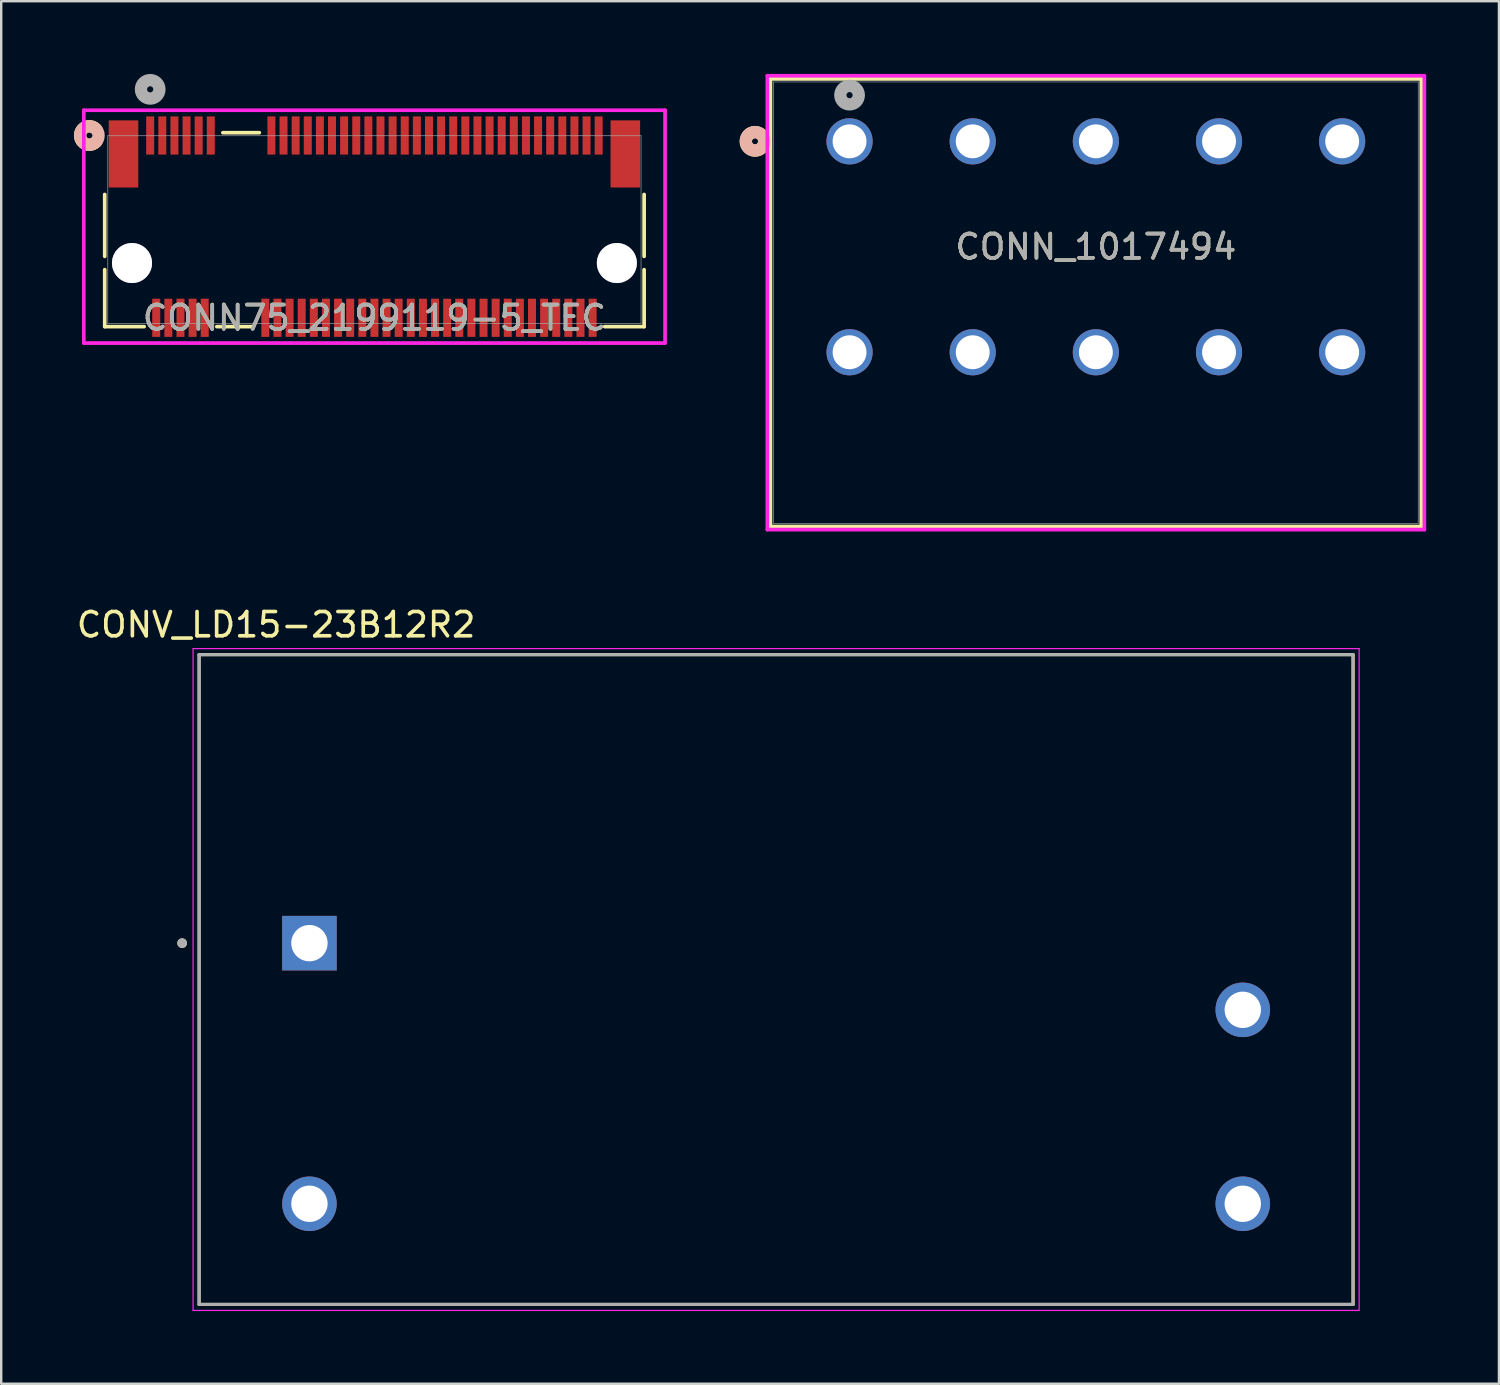
<source format=kicad_pcb>
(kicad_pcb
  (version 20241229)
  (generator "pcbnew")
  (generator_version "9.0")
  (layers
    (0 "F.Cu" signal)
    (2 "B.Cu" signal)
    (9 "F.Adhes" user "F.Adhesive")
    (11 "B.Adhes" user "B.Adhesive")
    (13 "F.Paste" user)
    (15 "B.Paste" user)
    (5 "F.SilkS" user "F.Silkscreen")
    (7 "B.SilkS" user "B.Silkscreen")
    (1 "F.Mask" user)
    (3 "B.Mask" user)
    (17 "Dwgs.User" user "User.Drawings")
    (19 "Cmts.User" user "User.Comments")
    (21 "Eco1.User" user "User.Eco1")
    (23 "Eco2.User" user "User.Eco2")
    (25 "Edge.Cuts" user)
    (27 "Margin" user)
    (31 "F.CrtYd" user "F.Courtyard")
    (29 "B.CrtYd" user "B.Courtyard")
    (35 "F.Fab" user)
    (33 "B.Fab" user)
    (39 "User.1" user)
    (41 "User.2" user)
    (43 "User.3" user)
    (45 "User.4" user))
  (footprint "CONN_1017494"
    (layer "F.Cu")
    (at 52.314 11.48)
    (property "Reference" "CONN_1017494" (at -10.16 -4.35 0) (unlocked yes) (layer "F.SilkS") (effects (font (size 1 1) (thickness 0.15))))
    (attr through_hole)
    (fp_line (start -23.584 -11.277) (end -23.584 7.189) (stroke (width 0.152) (type solid)) (layer "F.SilkS"))
    (fp_line (start -23.584 7.189) (end 3.264 7.189) (stroke (width 0.152) (type solid)) (layer "F.SilkS"))
    (fp_line (start 3.264 -11.277) (end -23.584 -11.277) (stroke (width 0.152) (type solid)) (layer "F.SilkS"))
    (fp_line (start 3.264 7.189) (end 3.264 -11.277) (stroke (width 0.152) (type solid)) (layer "F.SilkS"))
    (fp_circle (center -24.219 -8.7) (end -23.838 -8.7) (stroke (width 0.508) (type solid)) (fill no) (layer "F.SilkS"))
    (fp_circle (center -24.219 -8.7) (end -23.838 -8.7) (stroke (width 0.508) (type solid)) (fill no) (layer "B.SilkS"))
    (fp_line (start -23.711 -11.404) (end -23.711 7.316) (stroke (width 0.152) (type solid)) (layer "F.CrtYd"))
    (fp_line (start -23.711 7.316) (end 3.391 7.316) (stroke (width 0.152) (type solid)) (layer "F.CrtYd"))
    (fp_line (start 3.391 -11.404) (end -23.711 -11.404) (stroke (width 0.152) (type solid)) (layer "F.CrtYd"))
    (fp_line (start 3.391 7.316) (end 3.391 -11.404) (stroke (width 0.152) (type solid)) (layer "F.CrtYd"))
    (fp_line (start -23.457 -11.15) (end -23.457 7.062) (stroke (width 0.025) (type solid)) (layer "F.Fab"))
    (fp_line (start -23.457 7.062) (end 3.137 7.062) (stroke (width 0.025) (type solid)) (layer "F.Fab"))
    (fp_line (start 3.137 -11.15) (end -23.457 -11.15) (stroke (width 0.025) (type solid)) (layer "F.Fab"))
    (fp_line (start 3.137 7.062) (end 3.137 -11.15) (stroke (width 0.025) (type solid)) (layer "F.Fab"))
    (fp_circle (center -20.32 -10.605) (end -19.939 -10.605) (stroke (width 0.508) (type solid)) (fill no) (layer "F.Fab"))
    (fp_text user "${REFERENCE}" (at -10.16 -4.35 0) (unlocked yes) (layer "F.Fab") (effects (font (size 1 1) (thickness 0.15))))
    (pad "1" thru_hole circle (at -20.32 -8.7) (size 1.905 1.905) (drill 1.397) (layers "*.Cu" "*.Mask"))
    (pad "2" thru_hole circle (at -20.32 0) (size 1.905 1.905) (drill 1.397) (layers "*.Cu" "*.Mask"))
    (pad "3" thru_hole circle (at -15.24 -8.7) (size 1.905 1.905) (drill 1.397) (layers "*.Cu" "*.Mask"))
    (pad "4" thru_hole circle (at -15.24 0) (size 1.905 1.905) (drill 1.397) (layers "*.Cu" "*.Mask"))
    (pad "5" thru_hole circle (at -10.16 -8.7) (size 1.905 1.905) (drill 1.397) (layers "*.Cu" "*.Mask"))
    (pad "6" thru_hole circle (at -10.16 0) (size 1.905 1.905) (drill 1.397) (layers "*.Cu" "*.Mask"))
    (pad "7" thru_hole circle (at -5.08 -8.7) (size 1.905 1.905) (drill 1.397) (layers "*.Cu" "*.Mask"))
    (pad "8" thru_hole circle (at -5.08 0) (size 1.905 1.905) (drill 1.397) (layers "*.Cu" "*.Mask"))
    (pad "9" thru_hole circle (at 0 -8.7) (size 1.905 1.905) (drill 1.397) (layers "*.Cu" "*.Mask"))
    (pad "10" thru_hole circle (at 0 0) (size 1.905 1.905) (drill 1.397) (layers "*.Cu" "*.Mask")))
  (footprint "CONV_LD15-23B12R2"
    (layer "F.Cu")
    (at 28.964 37.355)
    (property "Reference" "CONV_LD15-23B12R2" (at -20.625 -14.635 0) (layer "F.SilkS") (effects (font (size 1 1) (thickness 0.15))))
    (attr through_hole)
    (fp_line (start -23.8 -13.4) (end 23.8 -13.4) (stroke (width 0.127) (type solid)) (layer "F.SilkS"))
    (fp_line (start -23.8 13.4) (end -23.8 -13.4) (stroke (width 0.127) (type solid)) (layer "F.SilkS"))
    (fp_line (start 23.8 -13.4) (end 23.8 13.4) (stroke (width 0.127) (type solid)) (layer "F.SilkS"))
    (fp_line (start 23.8 13.4) (end -23.8 13.4) (stroke (width 0.127) (type solid)) (layer "F.SilkS"))
    (fp_circle (center -24.5 -1.5) (end -24.4 -1.5) (stroke (width 0.2) (type solid)) (fill no) (layer "F.SilkS"))
    (fp_line (start -24.05 -13.65) (end 24.05 -13.65) (stroke (width 0.05) (type solid)) (layer "F.CrtYd"))
    (fp_line (start -24.05 13.65) (end -24.05 -13.65) (stroke (width 0.05) (type solid)) (layer "F.CrtYd"))
    (fp_line (start 24.05 -13.65) (end 24.05 13.65) (stroke (width 0.05) (type solid)) (layer "F.CrtYd"))
    (fp_line (start 24.05 13.65) (end -24.05 13.65) (stroke (width 0.05) (type solid)) (layer "F.CrtYd"))
    (fp_line (start -23.8 -13.4) (end -23.8 13.4) (stroke (width 0.127) (type solid)) (layer "F.Fab"))
    (fp_line (start -23.8 -13.4) (end 23.8 -13.4) (stroke (width 0.127) (type solid)) (layer "F.Fab"))
    (fp_line (start -23.8 13.4) (end 23.8 13.4) (stroke (width 0.127) (type solid)) (layer "F.Fab"))
    (fp_line (start 23.8 13.4) (end 23.8 -13.4) (stroke (width 0.127) (type solid)) (layer "F.Fab"))
    (fp_circle (center -24.5 -1.5) (end -24.4 -1.5) (stroke (width 0.2) (type solid)) (fill no) (layer "F.Fab"))
    (pad "1" thru_hole rect (at -19.25 -1.5) (size 2.25 2.25) (drill 1.5) (layers "*.Cu" "*.Mask"))
    (pad "2" thru_hole circle (at -19.25 9.25) (size 2.25 2.25) (drill 1.5) (layers "*.Cu" "*.Mask"))
    (pad "3" thru_hole circle (at 19.25 9.25) (size 2.25 2.25) (drill 1.5) (layers "*.Cu" "*.Mask"))
    (pad "4" thru_hole circle (at 19.25 1.25) (size 2.25 2.25) (drill 1.5) (layers "*.Cu" "*.Mask")))
  (footprint "CONN75_2199119-5_TEC"
    (layer "F.Cu")
    (at 12.395 6.423)
    (property "Reference" "CONN75_2199119-5_TEC" (at 0 3.636 0) (unlocked yes) (layer "F.SilkS") (effects (font (size 1 1) (thickness 0.15))))
    (attr smd)
    (fp_line (start -11.125 -1.451) (end -11.125 1.102) (stroke (width 0.152) (type solid)) (layer "F.SilkS"))
    (fp_line (start -11.125 1.651) (end -11.125 4) (stroke (width 0.152) (type solid)) (layer "F.SilkS"))
    (fp_line (start -11.125 4) (end -9.498 4) (stroke (width 0.152) (type solid)) (layer "F.SilkS"))
    (fp_line (start -6.502 4) (end -4.998 4) (stroke (width 0.152) (type solid)) (layer "F.SilkS"))
    (fp_line (start -4.748 -4) (end -6.252 -4) (stroke (width 0.152) (type solid)) (layer "F.SilkS"))
    (fp_line (start 9.498 4) (end 11.125 4) (stroke (width 0.152) (type solid)) (layer "F.SilkS"))
    (fp_line (start 11.125 1.102) (end 11.125 -1.451) (stroke (width 0.152) (type solid)) (layer "F.SilkS"))
    (fp_line (start 11.125 4) (end 11.125 1.651) (stroke (width 0.152) (type solid)) (layer "F.SilkS"))
    (fp_arc (start -11.47014 -3.636465) (mid -12.1412 -3.8835) (end -11.47014 -4.130534) (stroke (width 0.508) (type solid)) (layer "F.SilkS"))
    (fp_circle (center -11.76 -3.884) (end -11.379 -3.884) (stroke (width 0.508) (type solid)) (fill no) (layer "B.SilkS"))
    (fp_line (start -11.988 -4.925) (end -11.988 4.678) (stroke (width 0.152) (type solid)) (layer "F.CrtYd"))
    (fp_line (start -11.988 4.678) (end 11.988 4.678) (stroke (width 0.152) (type solid)) (layer "F.CrtYd"))
    (fp_line (start 11.988 -4.925) (end -11.988 -4.925) (stroke (width 0.152) (type solid)) (layer "F.CrtYd"))
    (fp_line (start 11.988 4.678) (end 11.988 -4.925) (stroke (width 0.152) (type solid)) (layer "F.CrtYd"))
    (fp_line (start -10.998 -3.873) (end -10.998 3.873) (stroke (width 0.025) (type solid)) (layer "F.Fab"))
    (fp_line (start -10.998 3.873) (end 10.998 3.873) (stroke (width 0.025) (type solid)) (layer "F.Fab"))
    (fp_line (start 10.998 -3.873) (end -10.998 -3.873) (stroke (width 0.025) (type solid)) (layer "F.Fab"))
    (fp_line (start 10.998 3.873) (end 10.998 -3.873) (stroke (width 0.025) (type solid)) (layer "F.Fab"))
    (fp_circle (center -9.25 -5.788) (end -8.869 -5.788) (stroke (width 0.508) (type solid)) (fill no) (layer "F.Fab"))
    (fp_text user "${REFERENCE}" (at 0 3.636 0) (unlocked yes) (layer "F.Fab") (effects (font (size 1 1) (thickness 0.15))))
    (pad "1" smd rect (at -9.25 -3.884) (size 0.33 1.575) (layers "F.Cu" "F.Mask" "F.Paste"))
    (pad "2" smd rect (at -9 3.636) (size 0.33 1.575) (layers "F.Cu" "F.Mask" "F.Paste"))
    (pad "3" smd rect (at -8.75 -3.884) (size 0.33 1.575) (layers "F.Cu" "F.Mask" "F.Paste"))
    (pad "4" smd rect (at -8.5 3.636) (size 0.33 1.575) (layers "F.Cu" "F.Mask" "F.Paste"))
    (pad "5" smd rect (at -8.25 -3.884) (size 0.33 1.575) (layers "F.Cu" "F.Mask" "F.Paste"))
    (pad "6" smd rect (at -8 3.636) (size 0.33 1.575) (layers "F.Cu" "F.Mask" "F.Paste"))
    (pad "7" smd rect (at -7.75 -3.884) (size 0.33 1.575) (layers "F.Cu" "F.Mask" "F.Paste"))
    (pad "8" smd rect (at -7.5 3.636) (size 0.33 1.575) (layers "F.Cu" "F.Mask" "F.Paste"))
    (pad "9" smd rect (at -7.25 -3.884) (size 0.33 1.575) (layers "F.Cu" "F.Mask" "F.Paste"))
    (pad "10" smd rect (at -7 3.636) (size 0.33 1.575) (layers "F.Cu" "F.Mask" "F.Paste"))
    (pad "11" smd rect (at -6.75 -3.884) (size 0.33 1.575) (layers "F.Cu" "F.Mask" "F.Paste"))
    (pad "20" smd rect (at -4.5 3.636) (size 0.33 1.575) (layers "F.Cu" "F.Mask" "F.Paste"))
    (pad "21" smd rect (at -4.25 -3.884) (size 0.33 1.575) (layers "F.Cu" "F.Mask" "F.Paste"))
    (pad "22" smd rect (at -4 3.636) (size 0.33 1.575) (layers "F.Cu" "F.Mask" "F.Paste"))
    (pad "23" smd rect (at -3.75 -3.884) (size 0.33 1.575) (layers "F.Cu" "F.Mask" "F.Paste"))
    (pad "24" smd rect (at -3.5 3.636) (size 0.33 1.575) (layers "F.Cu" "F.Mask" "F.Paste"))
    (pad "25" smd rect (at -3.25 -3.884) (size 0.33 1.575) (layers "F.Cu" "F.Mask" "F.Paste"))
    (pad "26" smd rect (at -3 3.636) (size 0.33 1.575) (layers "F.Cu" "F.Mask" "F.Paste"))
    (pad "27" smd rect (at -2.75 -3.884) (size 0.33 1.575) (layers "F.Cu" "F.Mask" "F.Paste"))
    (pad "28" smd rect (at -2.5 3.636) (size 0.33 1.575) (layers "F.Cu" "F.Mask" "F.Paste"))
    (pad "29" smd rect (at -2.25 -3.884) (size 0.33 1.575) (layers "F.Cu" "F.Mask" "F.Paste"))
    (pad "30" smd rect (at -2 3.636) (size 0.33 1.575) (layers "F.Cu" "F.Mask" "F.Paste"))
    (pad "31" smd rect (at -1.75 -3.884) (size 0.33 1.575) (layers "F.Cu" "F.Mask" "F.Paste"))
    (pad "32" smd rect (at -1.5 3.636) (size 0.33 1.575) (layers "F.Cu" "F.Mask" "F.Paste"))
    (pad "33" smd rect (at -1.25 -3.884) (size 0.33 1.575) (layers "F.Cu" "F.Mask" "F.Paste"))
    (pad "34" smd rect (at -1 3.636) (size 0.33 1.575) (layers "F.Cu" "F.Mask" "F.Paste"))
    (pad "35" smd rect (at -0.75 -3.884) (size 0.33 1.575) (layers "F.Cu" "F.Mask" "F.Paste"))
    (pad "36" smd rect (at -0.5 3.636) (size 0.33 1.575) (layers "F.Cu" "F.Mask" "F.Paste"))
    (pad "37" smd rect (at -0.25 -3.884) (size 0.33 1.575) (layers "F.Cu" "F.Mask" "F.Paste"))
    (pad "38" smd rect (at 0 3.636) (size 0.33 1.575) (layers "F.Cu" "F.Mask" "F.Paste"))
    (pad "39" smd rect (at 0.25 -3.884) (size 0.33 1.575) (layers "F.Cu" "F.Mask" "F.Paste"))
    (pad "40" smd rect (at 0.5 3.636) (size 0.33 1.575) (layers "F.Cu" "F.Mask" "F.Paste"))
    (pad "41" smd rect (at 0.75 -3.884) (size 0.33 1.575) (layers "F.Cu" "F.Mask" "F.Paste"))
    (pad "42" smd rect (at 1 3.636) (size 0.33 1.575) (layers "F.Cu" "F.Mask" "F.Paste"))
    (pad "43" smd rect (at 1.25 -3.884) (size 0.33 1.575) (layers "F.Cu" "F.Mask" "F.Paste"))
    (pad "44" smd rect (at 1.5 3.636) (size 0.33 1.575) (layers "F.Cu" "F.Mask" "F.Paste"))
    (pad "45" smd rect (at 1.75 -3.884) (size 0.33 1.575) (layers "F.Cu" "F.Mask" "F.Paste"))
    (pad "46" smd rect (at 2 3.636) (size 0.33 1.575) (layers "F.Cu" "F.Mask" "F.Paste"))
    (pad "47" smd rect (at 2.25 -3.884) (size 0.33 1.575) (layers "F.Cu" "F.Mask" "F.Paste"))
    (pad "48" smd rect (at 2.5 3.636) (size 0.33 1.575) (layers "F.Cu" "F.Mask" "F.Paste"))
    (pad "49" smd rect (at 2.75 -3.884) (size 0.33 1.575) (layers "F.Cu" "F.Mask" "F.Paste"))
    (pad "50" smd rect (at 3 3.636) (size 0.33 1.575) (layers "F.Cu" "F.Mask" "F.Paste"))
    (pad "51" smd rect (at 3.25 -3.884) (size 0.33 1.575) (layers "F.Cu" "F.Mask" "F.Paste"))
    (pad "52" smd rect (at 3.5 3.636) (size 0.33 1.575) (layers "F.Cu" "F.Mask" "F.Paste"))
    (pad "53" smd rect (at 3.75 -3.884) (size 0.33 1.575) (layers "F.Cu" "F.Mask" "F.Paste"))
    (pad "54" smd rect (at 4 3.636) (size 0.33 1.575) (layers "F.Cu" "F.Mask" "F.Paste"))
    (pad "55" smd rect (at 4.25 -3.884) (size 0.33 1.575) (layers "F.Cu" "F.Mask" "F.Paste"))
    (pad "56" smd rect (at 4.5 3.636) (size 0.33 1.575) (layers "F.Cu" "F.Mask" "F.Paste"))
    (pad "57" smd rect (at 4.75 -3.884) (size 0.33 1.575) (layers "F.Cu" "F.Mask" "F.Paste"))
    (pad "58" smd rect (at 5 3.636) (size 0.33 1.575) (layers "F.Cu" "F.Mask" "F.Paste"))
    (pad "59" smd rect (at 5.25 -3.884) (size 0.33 1.575) (layers "F.Cu" "F.Mask" "F.Paste"))
    (pad "60" smd rect (at 5.5 3.636) (size 0.33 1.575) (layers "F.Cu" "F.Mask" "F.Paste"))
    (pad "61" smd rect (at 5.75 -3.884) (size 0.33 1.575) (layers "F.Cu" "F.Mask" "F.Paste"))
    (pad "62" smd rect (at 6 3.636) (size 0.33 1.575) (layers "F.Cu" "F.Mask" "F.Paste"))
    (pad "63" smd rect (at 6.25 -3.884) (size 0.33 1.575) (layers "F.Cu" "F.Mask" "F.Paste"))
    (pad "64" smd rect (at 6.5 3.636) (size 0.33 1.575) (layers "F.Cu" "F.Mask" "F.Paste"))
    (pad "65" smd rect (at 6.75 -3.884) (size 0.33 1.575) (layers "F.Cu" "F.Mask" "F.Paste"))
    (pad "66" smd rect (at 7 3.636) (size 0.33 1.575) (layers "F.Cu" "F.Mask" "F.Paste"))
    (pad "67" smd rect (at 7.25 -3.884) (size 0.33 1.575) (layers "F.Cu" "F.Mask" "F.Paste"))
    (pad "68" smd rect (at 7.5 3.636) (size 0.33 1.575) (layers "F.Cu" "F.Mask" "F.Paste"))
    (pad "69" smd rect (at 7.75 -3.884) (size 0.33 1.575) (layers "F.Cu" "F.Mask" "F.Paste"))
    (pad "70" smd rect (at 8 3.636) (size 0.33 1.575) (layers "F.Cu" "F.Mask" "F.Paste"))
    (pad "71" smd rect (at 8.25 -3.884) (size 0.33 1.575) (layers "F.Cu" "F.Mask" "F.Paste"))
    (pad "72" smd rect (at 8.5 3.636) (size 0.33 1.575) (layers "F.Cu" "F.Mask" "F.Paste"))
    (pad "73" smd rect (at 8.75 -3.884) (size 0.33 1.575) (layers "F.Cu" "F.Mask" "F.Paste"))
    (pad "74" smd rect (at 9 3.636) (size 0.33 1.575) (layers "F.Cu" "F.Mask" "F.Paste"))
    (pad "75" smd rect (at 9.25 -3.884) (size 0.33 1.575) (layers "F.Cu" "F.Mask" "F.Paste"))
    (pad "76" smd rect (at -10.35 -3.123 90) (size 2.769 1.219) (layers "F.Cu" "F.Mask" "F.Paste"))
    (pad "77" smd rect (at 10.35 -3.123 90) (size 2.769 1.219) (layers "F.Cu" "F.Mask" "F.Paste"))
    (pad "78" thru_hole circle (at -10 1.377 90) (size 1.651 1.651) (drill 1.651) (layers "*.Cu" "*.Mask"))
    (pad "79" thru_hole circle (at 10 1.377 90) (size 1.651 1.651) (drill 1.651) (layers "*.Cu" "*.Mask")))
  (gr_rect
    (start -3 -3)
    (end 58.781 54.03)
    (stroke (width 0.1) (type default))
    (fill no)
    (layer "Edge.Cuts")))
</source>
